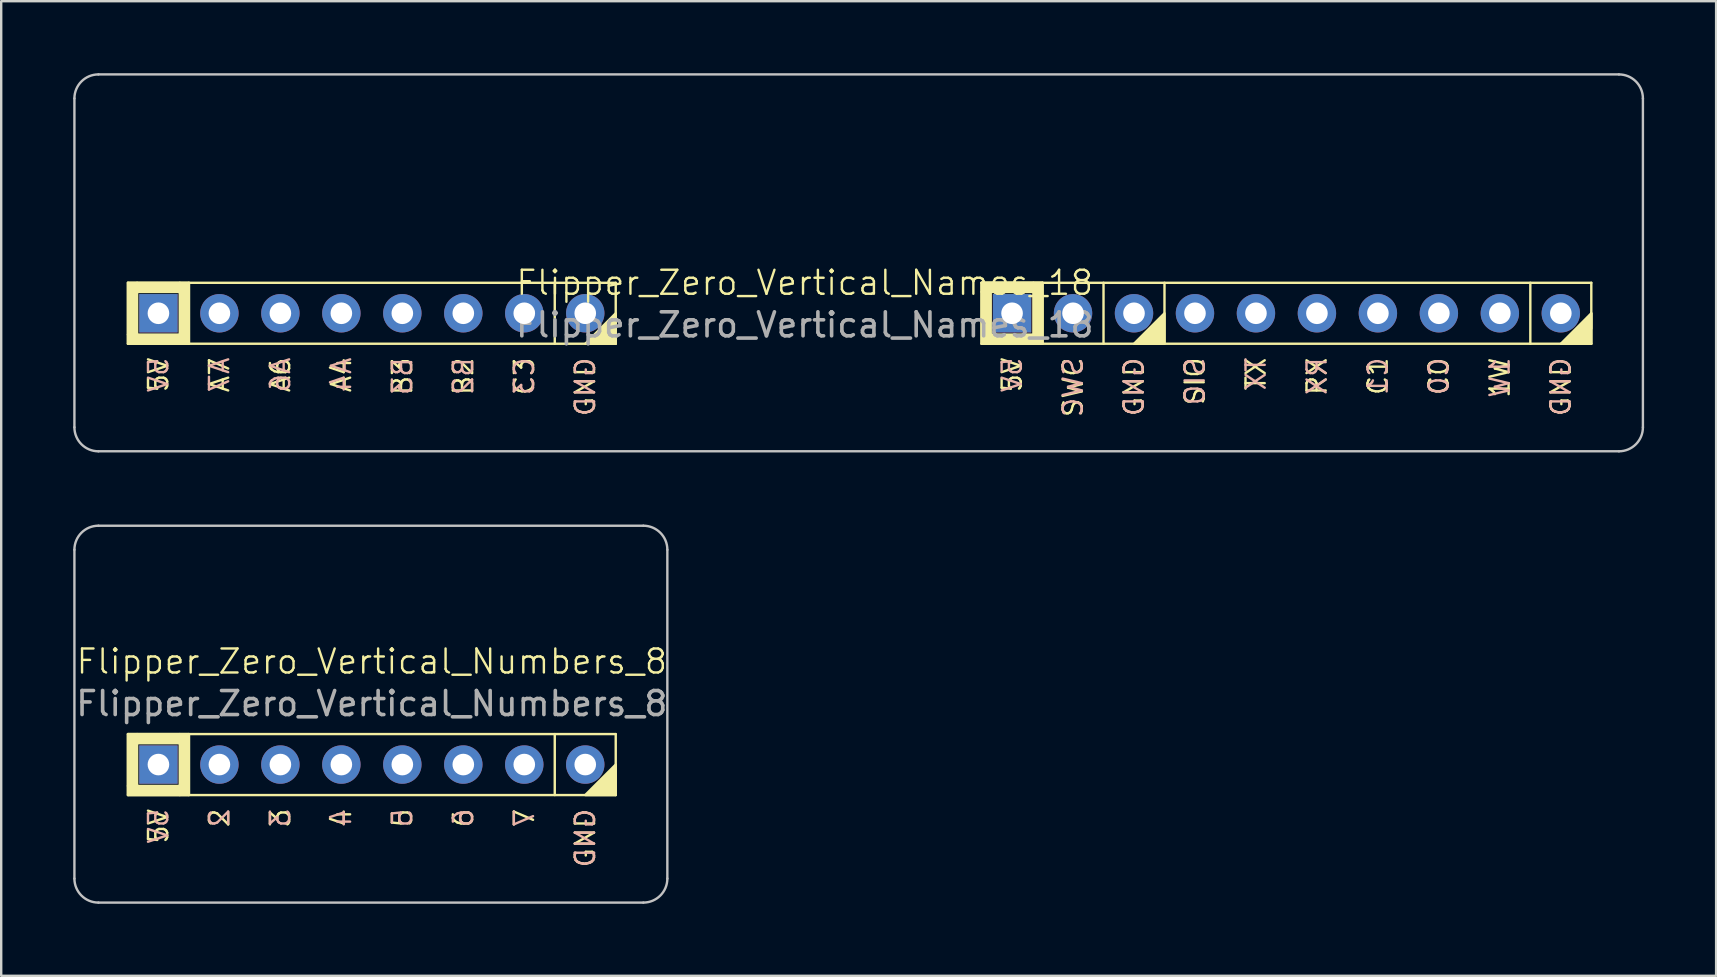
<source format=kicad_pcb>
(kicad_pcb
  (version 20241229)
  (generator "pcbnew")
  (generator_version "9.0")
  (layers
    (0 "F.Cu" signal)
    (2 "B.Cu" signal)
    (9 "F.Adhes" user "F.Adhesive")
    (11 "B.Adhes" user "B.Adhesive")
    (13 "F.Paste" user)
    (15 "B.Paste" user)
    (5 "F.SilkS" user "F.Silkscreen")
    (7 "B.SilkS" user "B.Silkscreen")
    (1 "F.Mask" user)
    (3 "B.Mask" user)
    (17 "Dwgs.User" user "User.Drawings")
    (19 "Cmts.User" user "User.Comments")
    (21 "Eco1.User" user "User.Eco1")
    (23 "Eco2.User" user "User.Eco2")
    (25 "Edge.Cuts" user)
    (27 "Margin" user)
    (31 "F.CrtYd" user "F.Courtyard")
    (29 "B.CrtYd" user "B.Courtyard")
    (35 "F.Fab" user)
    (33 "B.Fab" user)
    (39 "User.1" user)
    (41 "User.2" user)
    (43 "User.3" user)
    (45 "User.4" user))
  (footprint "Flipper_Zero_Vertical_Numbers_8"
    (layer "F.Cu")
    (at 3.55 28.8)
    (property "Reference" "Flipper_Zero_Vertical_Numbers_8" (at 8.89 -4.294 0) (unlocked yes) (layer "F.SilkS") (effects (font (size 1 1) (thickness 0.1))))
    (attr through_hole)
    (fp_line (start -1.27 -1.27) (end -1.27 1.27) (stroke (width 0.1) (type default)) (layer "F.SilkS"))
    (fp_line (start -1.27 1.27) (end 19.05 1.27) (stroke (width 0.1) (type default)) (layer "F.SilkS"))
    (fp_line (start 1.27 -1.27) (end 1.27 1.27) (stroke (width 0.1) (type default)) (layer "F.SilkS"))
    (fp_line (start 16.51 -1.27) (end 16.51 1.27) (stroke (width 0.1) (type default)) (layer "F.SilkS"))
    (fp_line (start 19.05 -1.27) (end -1.27 -1.27) (stroke (width 0.1) (type default)) (layer "F.SilkS"))
    (fp_line (start 19.05 1.27) (end 19.05 -1.27) (stroke (width 0.1) (type default)) (layer "F.SilkS"))
    (fp_rect (start -1.27 -1.27) (end -0.889 0.889) (stroke (width 0.1) (type solid)) (fill yes) (layer "F.SilkS"))
    (fp_rect (start -1.27 0.889) (end 0.889 1.27) (stroke (width 0.1) (type solid)) (fill yes) (layer "F.SilkS"))
    (fp_rect (start -0.889 -1.27) (end 0.889 -0.889) (stroke (width 0.1) (type solid)) (fill yes) (layer "F.SilkS"))
    (fp_rect (start 0.889 -1.27) (end 1.27 1.27) (stroke (width 0.1) (type solid)) (fill yes) (layer "F.SilkS"))
    (fp_poly (pts (xy 19.05 0) (xy 17.78 1.27) (xy 19.05 1.27)) (stroke (width 0.1) (type solid)) (fill yes) (layer "F.SilkS"))
    (fp_line (start -3.5 4.75) (end -3.5 -8.95) (stroke (width 0.1) (type default)) (layer "Dwgs.User"))
    (fp_line (start -2.5 -9.95) (end 20.2 -9.95) (stroke (width 0.1) (type default)) (layer "Dwgs.User"))
    (fp_line (start -2.5 5.75) (end 20.2 5.75) (stroke (width 0.1) (type default)) (layer "Dwgs.User"))
    (fp_line (start 21.2 4.75) (end 21.2 -8.95) (stroke (width 0.1) (type default)) (layer "Dwgs.User"))
    (fp_arc (start -3.5 -8.95) (mid -3.207107 -9.657106) (end -2.5 -9.95) (stroke (width 0.1) (type default)) (layer "Dwgs.User"))
    (fp_arc (start -2.5 5.75) (mid -3.207106 5.457107) (end -3.5 4.75) (stroke (width 0.1) (type default)) (layer "Dwgs.User"))
    (fp_arc (start 20.2 -9.95) (mid 20.907107 -9.657107) (end 21.2 -8.95) (stroke (width 0.1) (type default)) (layer "Dwgs.User"))
    (fp_arc (start 21.2 4.75) (mid 20.907107 5.457107) (end 20.2 5.75) (stroke (width 0.1) (type default)) (layer "Dwgs.User"))
    (fp_text user "3" (at 5.08 1.778 90) (unlocked yes) (layer "F.SilkS") (effects (font (size 0.8 0.8) (thickness 0.1)) (justify right)))
    (fp_text user "GND" (at 17.78 1.778 90) (unlocked yes) (layer "F.SilkS") (effects (font (size 0.8 0.8) (thickness 0.1)) (justify right)))
    (fp_text user "2" (at 2.54 1.778 90) (unlocked yes) (layer "F.SilkS") (effects (font (size 0.8 0.8) (thickness 0.1)) (justify right)))
    (fp_text user "7" (at 15.24 1.778 90) (unlocked yes) (layer "F.SilkS") (effects (font (size 0.8 0.8) (thickness 0.1)) (justify right)))
    (fp_text user "5" (at 10.16 1.778 90) (unlocked yes) (layer "F.SilkS") (effects (font (size 0.8 0.8) (thickness 0.1)) (justify right)))
    (fp_text user "6" (at 12.7 1.778 90) (unlocked yes) (layer "F.SilkS") (effects (font (size 0.8 0.8) (thickness 0.1)) (justify right)))
    (fp_text user "4" (at 7.62 1.778 90) (unlocked yes) (layer "F.SilkS") (effects (font (size 0.8 0.8) (thickness 0.1)) (justify right)))
    (fp_text user "5V" (at 0 1.778 90) (unlocked yes) (layer "F.SilkS") (effects (font (size 0.8 0.8) (thickness 0.1)) (justify right)))
    (fp_text user "GND" (at 17.78 1.778 90) (unlocked yes) (layer "B.SilkS") (effects (font (size 0.8 0.8) (thickness 0.1)) (justify left mirror)))
    (fp_text user "4" (at 7.62 1.778 90) (unlocked yes) (layer "B.SilkS") (effects (font (size 0.8 0.8) (thickness 0.1)) (justify left mirror)))
    (fp_text user "5V" (at 0 1.778 90) (unlocked yes) (layer "B.SilkS") (effects (font (size 0.8 0.8) (thickness 0.1)) (justify left mirror)))
    (fp_text user "6" (at 12.7 1.778 90) (unlocked yes) (layer "B.SilkS") (effects (font (size 0.8 0.8) (thickness 0.1)) (justify left mirror)))
    (fp_text user "7" (at 15.24 1.778 90) (unlocked yes) (layer "B.SilkS") (effects (font (size 0.8 0.8) (thickness 0.1)) (justify left mirror)))
    (fp_text user "3" (at 5.08 1.778 90) (unlocked yes) (layer "B.SilkS") (effects (font (size 0.8 0.8) (thickness 0.1)) (justify left mirror)))
    (fp_text user "2" (at 2.54 1.778 90) (unlocked yes) (layer "B.SilkS") (effects (font (size 0.8 0.8) (thickness 0.1)) (justify left mirror)))
    (fp_text user "5" (at 10.16 1.778 90) (unlocked yes) (layer "B.SilkS") (effects (font (size 0.8 0.8) (thickness 0.1)) (justify left mirror)))
    (fp_text user "${REFERENCE}" (at 8.89 -2.54 0) (unlocked yes) (layer "F.Fab") (effects (font (size 1 1) (thickness 0.15))))
    (pad "1" thru_hole rect (at 0 0) (size 1.6 1.6) (drill 0.9) (layers "*.Cu" "*.Mask"))
    (pad "2" thru_hole circle (at 2.54 0) (size 1.6 1.6) (drill 0.9) (layers "*.Cu" "*.Mask"))
    (pad "3" thru_hole circle (at 5.08 0) (size 1.6 1.6) (drill 0.9) (layers "*.Cu" "*.Mask"))
    (pad "4" thru_hole circle (at 7.62 0) (size 1.6 1.6) (drill 0.9) (layers "*.Cu" "*.Mask"))
    (pad "5" thru_hole circle (at 10.16 0) (size 1.6 1.6) (drill 0.9) (layers "*.Cu" "*.Mask"))
    (pad "6" thru_hole circle (at 12.7 0) (size 1.6 1.6) (drill 0.9) (layers "*.Cu" "*.Mask"))
    (pad "7" thru_hole circle (at 15.24 0) (size 1.6 1.6) (drill 0.9) (layers "*.Cu" "*.Mask"))
    (pad "8" thru_hole circle (at 17.78 0) (size 1.6 1.6) (drill 0.9) (layers "*.Cu" "*.Mask")))
  (footprint "Flipper_Zero_Vertical_Names_18"
    (layer "F.Cu")
    (at 3.55 10)
    (property "Reference" "Flipper_Zero_Vertical_Names_18" (at 26.924 -1.27 0) (unlocked yes) (layer "F.SilkS") (effects (font (size 1 1) (thickness 0.1))))
    (attr through_hole)
    (fp_line (start -1.27 -1.27) (end -1.27 1.27) (stroke (width 0.1) (type default)) (layer "F.SilkS"))
    (fp_line (start -1.27 1.27) (end 19.05 1.27) (stroke (width 0.1) (type default)) (layer "F.SilkS"))
    (fp_line (start 1.27 -1.27) (end 1.27 1.27) (stroke (width 0.1) (type default)) (layer "F.SilkS"))
    (fp_line (start 16.51 -1.27) (end 16.51 1.27) (stroke (width 0.1) (type default)) (layer "F.SilkS"))
    (fp_line (start 19.05 -1.27) (end -1.27 -1.27) (stroke (width 0.1) (type default)) (layer "F.SilkS"))
    (fp_line (start 19.05 1.27) (end 19.05 -1.27) (stroke (width 0.1) (type default)) (layer "F.SilkS"))
    (fp_line (start 34.29 -1.27) (end 36.83 -1.27) (stroke (width 0.1) (type default)) (layer "F.SilkS"))
    (fp_line (start 34.29 -1.27) (end 59.69 -1.27) (stroke (width 0.1) (type default)) (layer "F.SilkS"))
    (fp_line (start 34.29 1.27) (end 34.29 -1.27) (stroke (width 0.1) (type default)) (layer "F.SilkS"))
    (fp_line (start 36.83 -1.27) (end 36.83 1.27) (stroke (width 0.1) (type default)) (layer "F.SilkS"))
    (fp_line (start 39.37 -1.27) (end 39.37 1.27) (stroke (width 0.1) (type default)) (layer "F.SilkS"))
    (fp_line (start 41.91 -1.27) (end 41.91 1.27) (stroke (width 0.1) (type default)) (layer "F.SilkS"))
    (fp_line (start 57.15 -1.27) (end 57.15 1.27) (stroke (width 0.1) (type default)) (layer "F.SilkS"))
    (fp_line (start 59.69 -1.27) (end 59.69 1.27) (stroke (width 0.1) (type default)) (layer "F.SilkS"))
    (fp_line (start 59.69 0) (end 59.69 0.635) (stroke (width 0.1) (type default)) (layer "F.SilkS"))
    (fp_line (start 59.69 1.27) (end 34.29 1.27) (stroke (width 0.1) (type default)) (layer "F.SilkS"))
    (fp_rect (start -1.27 -1.27) (end -0.889 0.889) (stroke (width 0.1) (type solid)) (fill yes) (layer "F.SilkS"))
    (fp_rect (start -1.27 0.889) (end 0.889 1.27) (stroke (width 0.1) (type solid)) (fill yes) (layer "F.SilkS"))
    (fp_rect (start -0.889 -1.27) (end 0.889 -0.889) (stroke (width 0.1) (type solid)) (fill yes) (layer "F.SilkS"))
    (fp_rect (start 0.889 -1.27) (end 1.27 1.27) (stroke (width 0.1) (type solid)) (fill yes) (layer "F.SilkS"))
    (fp_rect (start 34.29 -1.27) (end 36.449 -0.889) (stroke (width 0.1) (type solid)) (fill yes) (layer "F.SilkS"))
    (fp_rect (start 34.29 -0.889) (end 34.671 1.27) (stroke (width 0.1) (type solid)) (fill yes) (layer "F.SilkS"))
    (fp_rect (start 34.671 0.889) (end 36.449 1.27) (stroke (width 0.1) (type solid)) (fill yes) (layer "F.SilkS"))
    (fp_rect (start 36.449 -1.27) (end 36.83 1.27) (stroke (width 0.1) (type solid)) (fill yes) (layer "F.SilkS"))
    (fp_poly (pts (xy 19.05 0) (xy 17.78 1.27) (xy 19.05 1.27)) (stroke (width 0.1) (type solid)) (fill yes) (layer "F.SilkS"))
    (fp_poly (pts (xy 41.91 0) (xy 40.64 1.27) (xy 41.91 1.27)) (stroke (width 0.1) (type solid)) (fill yes) (layer "F.SilkS"))
    (fp_poly (pts (xy 58.42 1.27) (xy 59.69 0) (xy 59.69 1.27)) (stroke (width 0.1) (type solid)) (fill yes) (layer "F.SilkS"))
    (fp_line (start -3.5 4.75) (end -3.5 -8.95) (stroke (width 0.1) (type default)) (layer "Dwgs.User"))
    (fp_line (start -2.5 -9.95) (end 60.84 -9.95) (stroke (width 0.1) (type default)) (layer "Dwgs.User"))
    (fp_line (start -2.5 5.75) (end 60.84 5.75) (stroke (width 0.1) (type default)) (layer "Dwgs.User"))
    (fp_line (start 61.84 4.75) (end 61.84 -8.95) (stroke (width 0.1) (type default)) (layer "Dwgs.User"))
    (fp_arc (start -3.5 -8.95) (mid -3.207106 -9.657106) (end -2.5 -9.95) (stroke (width 0.1) (type default)) (layer "Dwgs.User"))
    (fp_arc (start -2.5 5.75) (mid -3.207106 5.457107) (end -3.5 4.75) (stroke (width 0.1) (type default)) (layer "Dwgs.User"))
    (fp_arc (start 60.84 -9.95) (mid 61.547106 -9.657107) (end 61.84 -8.95) (stroke (width 0.1) (type default)) (layer "Dwgs.User"))
    (fp_arc (start 61.84 4.75) (mid 61.547107 5.457106) (end 60.84 5.75) (stroke (width 0.1) (type default)) (layer "Dwgs.User"))
    (fp_text user "GND" (at 17.78 1.778 90) (unlocked yes) (layer "F.SilkS") (effects (font (size 0.8 0.8) (thickness 0.1)) (justify right)))
    (fp_text user "GND" (at 58.42 1.778 90) (unlocked yes) (layer "F.SilkS") (effects (font (size 0.8 0.8) (thickness 0.1)) (justify right)))
    (fp_text user "SWC" (at 38.1 1.778 90) (unlocked yes) (layer "F.SilkS") (effects (font (size 0.8 0.8) (thickness 0.1)) (justify right)))
    (fp_text user "B3" (at 10.16 1.778 90) (unlocked yes) (layer "F.SilkS") (effects (font (size 0.8 0.8) (thickness 0.1)) (justify right)))
    (fp_text user "A6" (at 5.08 1.778 90) (unlocked yes) (layer "F.SilkS") (effects (font (size 0.8 0.8) (thickness 0.1)) (justify right)))
    (fp_text user "TX" (at 45.72 1.778 90) (unlocked yes) (layer "F.SilkS") (effects (font (size 0.8 0.8) (thickness 0.1)) (justify right)))
    (fp_text user "GND" (at 40.64 1.778 90) (unlocked yes) (layer "F.SilkS") (effects (font (size 0.8 0.8) (thickness 0.1)) (justify right)))
    (fp_text user "5V" (at 35.56 1.778 90) (unlocked yes) (layer "F.SilkS") (effects (font (size 0.8 0.8) (thickness 0.1)) (justify right)))
    (fp_text user "SIO" (at 43.18 1.778 90) (unlocked yes) (layer "F.SilkS") (effects (font (size 0.8 0.8) (thickness 0.1)) (justify right)))
    (fp_text user "C1" (at 50.8 1.778 90) (unlocked yes) (layer "F.SilkS") (effects (font (size 0.8 0.8) (thickness 0.1)) (justify right)))
    (fp_text user "B2" (at 12.7 1.778 90) (unlocked yes) (layer "F.SilkS") (effects (font (size 0.8 0.8) (thickness 0.1)) (justify right)))
    (fp_text user "C0" (at 53.34 1.778 90) (unlocked yes) (layer "F.SilkS") (effects (font (size 0.8 0.8) (thickness 0.1)) (justify right)))
    (fp_text user "5V" (at 0 1.778 90) (unlocked yes) (layer "F.SilkS") (effects (font (size 0.8 0.8) (thickness 0.1)) (justify right)))
    (fp_text user "C3" (at 15.24 1.778 90) (unlocked yes) (layer "F.SilkS") (effects (font (size 0.8 0.8) (thickness 0.1)) (justify right)))
    (fp_text user "1W" (at 55.88 1.778 90) (unlocked yes) (layer "F.SilkS") (effects (font (size 0.8 0.8) (thickness 0.1)) (justify right)))
    (fp_text user "A4" (at 7.62 1.778 90) (unlocked yes) (layer "F.SilkS") (effects (font (size 0.8 0.8) (thickness 0.1)) (justify right)))
    (fp_text user "RX" (at 48.26 1.778 90) (unlocked yes) (layer "F.SilkS") (effects (font (size 0.8 0.8) (thickness 0.1)) (justify right)))
    (fp_text user "A7" (at 2.54 1.778 90) (unlocked yes) (layer "F.SilkS") (effects (font (size 0.8 0.8) (thickness 0.1)) (justify right)))
    (fp_text user "B2" (at 12.7 1.778 90) (unlocked yes) (layer "B.SilkS") (effects (font (size 0.8 0.8) (thickness 0.1)) (justify left mirror)))
    (fp_text user "RX" (at 48.26 1.778 90) (unlocked yes) (layer "B.SilkS") (effects (font (size 0.8 0.8) (thickness 0.1)) (justify left mirror)))
    (fp_text user "SWC" (at 38.1 1.778 90) (unlocked yes) (layer "B.SilkS") (effects (font (size 0.8 0.8) (thickness 0.1)) (justify left mirror)))
    (fp_text user "C3" (at 15.24 1.778 90) (unlocked yes) (layer "B.SilkS") (effects (font (size 0.8 0.8) (thickness 0.1)) (justify left mirror)))
    (fp_text user "GND" (at 58.42 1.778 90) (unlocked yes) (layer "B.SilkS") (effects (font (size 0.8 0.8) (thickness 0.1)) (justify left mirror)))
    (fp_text user "A6" (at 5.08 1.778 90) (unlocked yes) (layer "B.SilkS") (effects (font (size 0.8 0.8) (thickness 0.1)) (justify left mirror)))
    (fp_text user "A4" (at 7.62 1.778 90) (unlocked yes) (layer "B.SilkS") (effects (font (size 0.8 0.8) (thickness 0.1)) (justify left mirror)))
    (fp_text user "A7" (at 2.54 1.778 90) (unlocked yes) (layer "B.SilkS") (effects (font (size 0.8 0.8) (thickness 0.1)) (justify left mirror)))
    (fp_text user "GND" (at 17.78 1.778 90) (unlocked yes) (layer "B.SilkS") (effects (font (size 0.8 0.8) (thickness 0.1)) (justify left mirror)))
    (fp_text user "SIO" (at 43.18 1.778 90) (unlocked yes) (layer "B.SilkS") (effects (font (size 0.8 0.8) (thickness 0.1)) (justify left mirror)))
    (fp_text user "C1" (at 50.8 1.778 90) (unlocked yes) (layer "B.SilkS") (effects (font (size 0.8 0.8) (thickness 0.1)) (justify left mirror)))
    (fp_text user "GND" (at 40.64 1.778 90) (unlocked yes) (layer "B.SilkS") (effects (font (size 0.8 0.8) (thickness 0.1)) (justify left mirror)))
    (fp_text user "C0" (at 53.34 1.778 90) (unlocked yes) (layer "B.SilkS") (effects (font (size 0.8 0.8) (thickness 0.1)) (justify left mirror)))
    (fp_text user "5V" (at 0 1.778 90) (unlocked yes) (layer "B.SilkS") (effects (font (size 0.8 0.8) (thickness 0.1)) (justify left mirror)))
    (fp_text user "5V" (at 35.56 1.778 90) (unlocked yes) (layer "B.SilkS") (effects (font (size 0.8 0.8) (thickness 0.1)) (justify left mirror)))
    (fp_text user "1W" (at 55.88 1.778 90) (unlocked yes) (layer "B.SilkS") (effects (font (size 0.8 0.8) (thickness 0.1)) (justify left mirror)))
    (fp_text user "B3" (at 10.16 1.778 90) (unlocked yes) (layer "B.SilkS") (effects (font (size 0.8 0.8) (thickness 0.1)) (justify left mirror)))
    (fp_text user "TX" (at 45.72 1.778 90) (unlocked yes) (layer "B.SilkS") (effects (font (size 0.8 0.8) (thickness 0.1)) (justify left mirror)))
    (fp_text user "${REFERENCE}" (at 26.924 0.484 0) (unlocked yes) (layer "F.Fab") (effects (font (size 1 1) (thickness 0.15))))
    (pad "1" thru_hole rect (at 0 0) (size 1.6 1.6) (drill 0.9) (layers "*.Cu" "*.Mask"))
    (pad "2" thru_hole circle (at 2.54 0) (size 1.6 1.6) (drill 0.9) (layers "*.Cu" "*.Mask"))
    (pad "3" thru_hole circle (at 5.08 0) (size 1.6 1.6) (drill 0.9) (layers "*.Cu" "*.Mask"))
    (pad "4" thru_hole circle (at 7.62 0) (size 1.6 1.6) (drill 0.9) (layers "*.Cu" "*.Mask"))
    (pad "5" thru_hole circle (at 10.16 0) (size 1.6 1.6) (drill 0.9) (layers "*.Cu" "*.Mask"))
    (pad "6" thru_hole circle (at 12.7 0) (size 1.6 1.6) (drill 0.9) (layers "*.Cu" "*.Mask"))
    (pad "7" thru_hole circle (at 15.24 0) (size 1.6 1.6) (drill 0.9) (layers "*.Cu" "*.Mask"))
    (pad "8" thru_hole circle (at 17.78 0) (size 1.6 1.6) (drill 0.9) (layers "*.Cu" "*.Mask"))
    (pad "9" thru_hole rect (at 35.56 0) (size 1.6 1.6) (drill 0.9) (layers "*.Cu" "*.Mask"))
    (pad "10" thru_hole circle (at 38.1 0) (size 1.6 1.6) (drill 0.9) (layers "*.Cu" "*.Mask"))
    (pad "11" thru_hole circle (at 40.64 0) (size 1.6 1.6) (drill 0.9) (layers "*.Cu" "*.Mask"))
    (pad "12" thru_hole circle (at 43.18 0) (size 1.6 1.6) (drill 0.9) (layers "*.Cu" "*.Mask"))
    (pad "13" thru_hole circle (at 45.72 0) (size 1.6 1.6) (drill 0.9) (layers "*.Cu" "*.Mask"))
    (pad "14" thru_hole circle (at 48.26 0) (size 1.6 1.6) (drill 0.9) (layers "*.Cu" "*.Mask"))
    (pad "15" thru_hole circle (at 50.8 0) (size 1.6 1.6) (drill 0.9) (layers "*.Cu" "*.Mask"))
    (pad "16" thru_hole circle (at 53.34 0) (size 1.6 1.6) (drill 0.9) (layers "*.Cu" "*.Mask"))
    (pad "17" thru_hole circle (at 55.88 0) (size 1.6 1.6) (drill 0.9) (layers "*.Cu" "*.Mask"))
    (pad "18" thru_hole circle (at 58.42 0) (size 1.6 1.6) (drill 0.9) (layers "*.Cu" "*.Mask")))
  (gr_rect
    (start -3 -3)
    (end 68.44 37.6)
    (stroke (width 0.1) (type default))
    (fill no)
    (layer "Edge.Cuts")))
</source>
